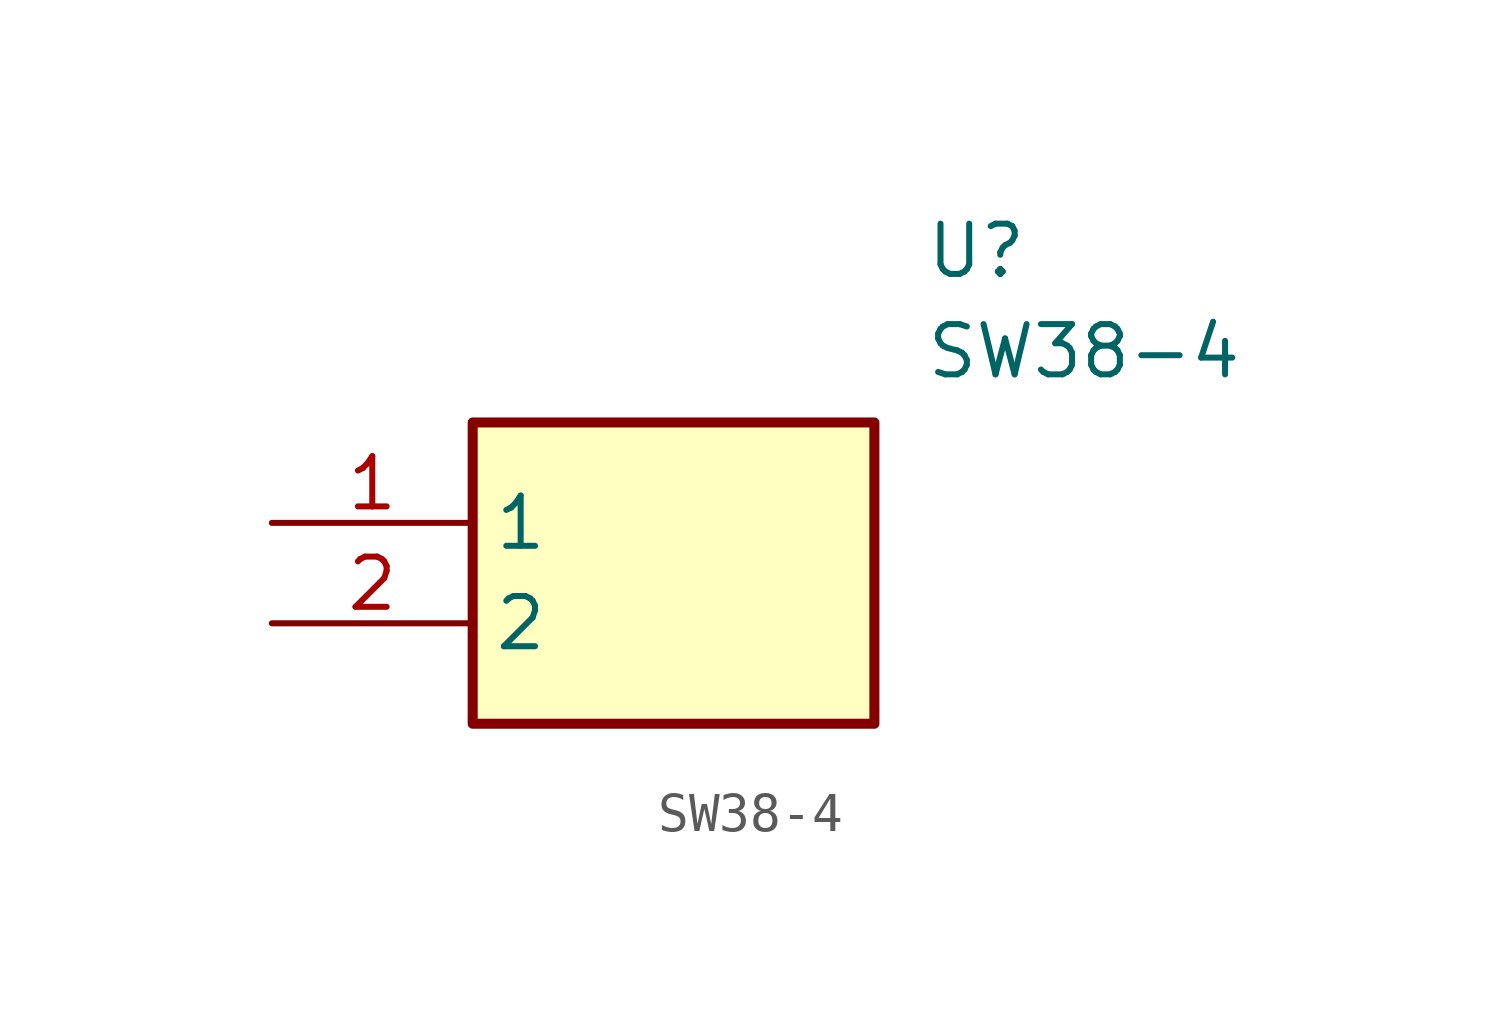
<source format=kicad_sym>
(kicad_symbol_lib
  (version 20211014)
  (generator SamacSys_ECAD_Model)
  (symbol "SW38-4"
    (property "Reference" "U"
      (at 16.51 7.62 0)
      (effects (font (size 1.27 1.27)) (justify left top)))
    (property "Value" "SW38-4"
      (at 16.51 5.08 0)
      (effects (font (size 1.27 1.27)) (justify left top)))
    (rectangle
      (start 5.08 2.54)
      (end 15.24 -5.08)
      (stroke (width 0.254) (type default))
      (fill (type background)))
    (pin passive line
      (at 0 0 0)
      (length 5.08)
      (name "1" (effects (font (size 1.27 1.27))))
      (number "1" (effects (font (size 1.27 1.27)))))
    (pin passive line
      (at 0 -2.54 0)
      (length 5.08)
      (name "2" (effects (font (size 1.27 1.27))))
      (number "2" (effects (font (size 1.27 1.27)))))))
</source>
